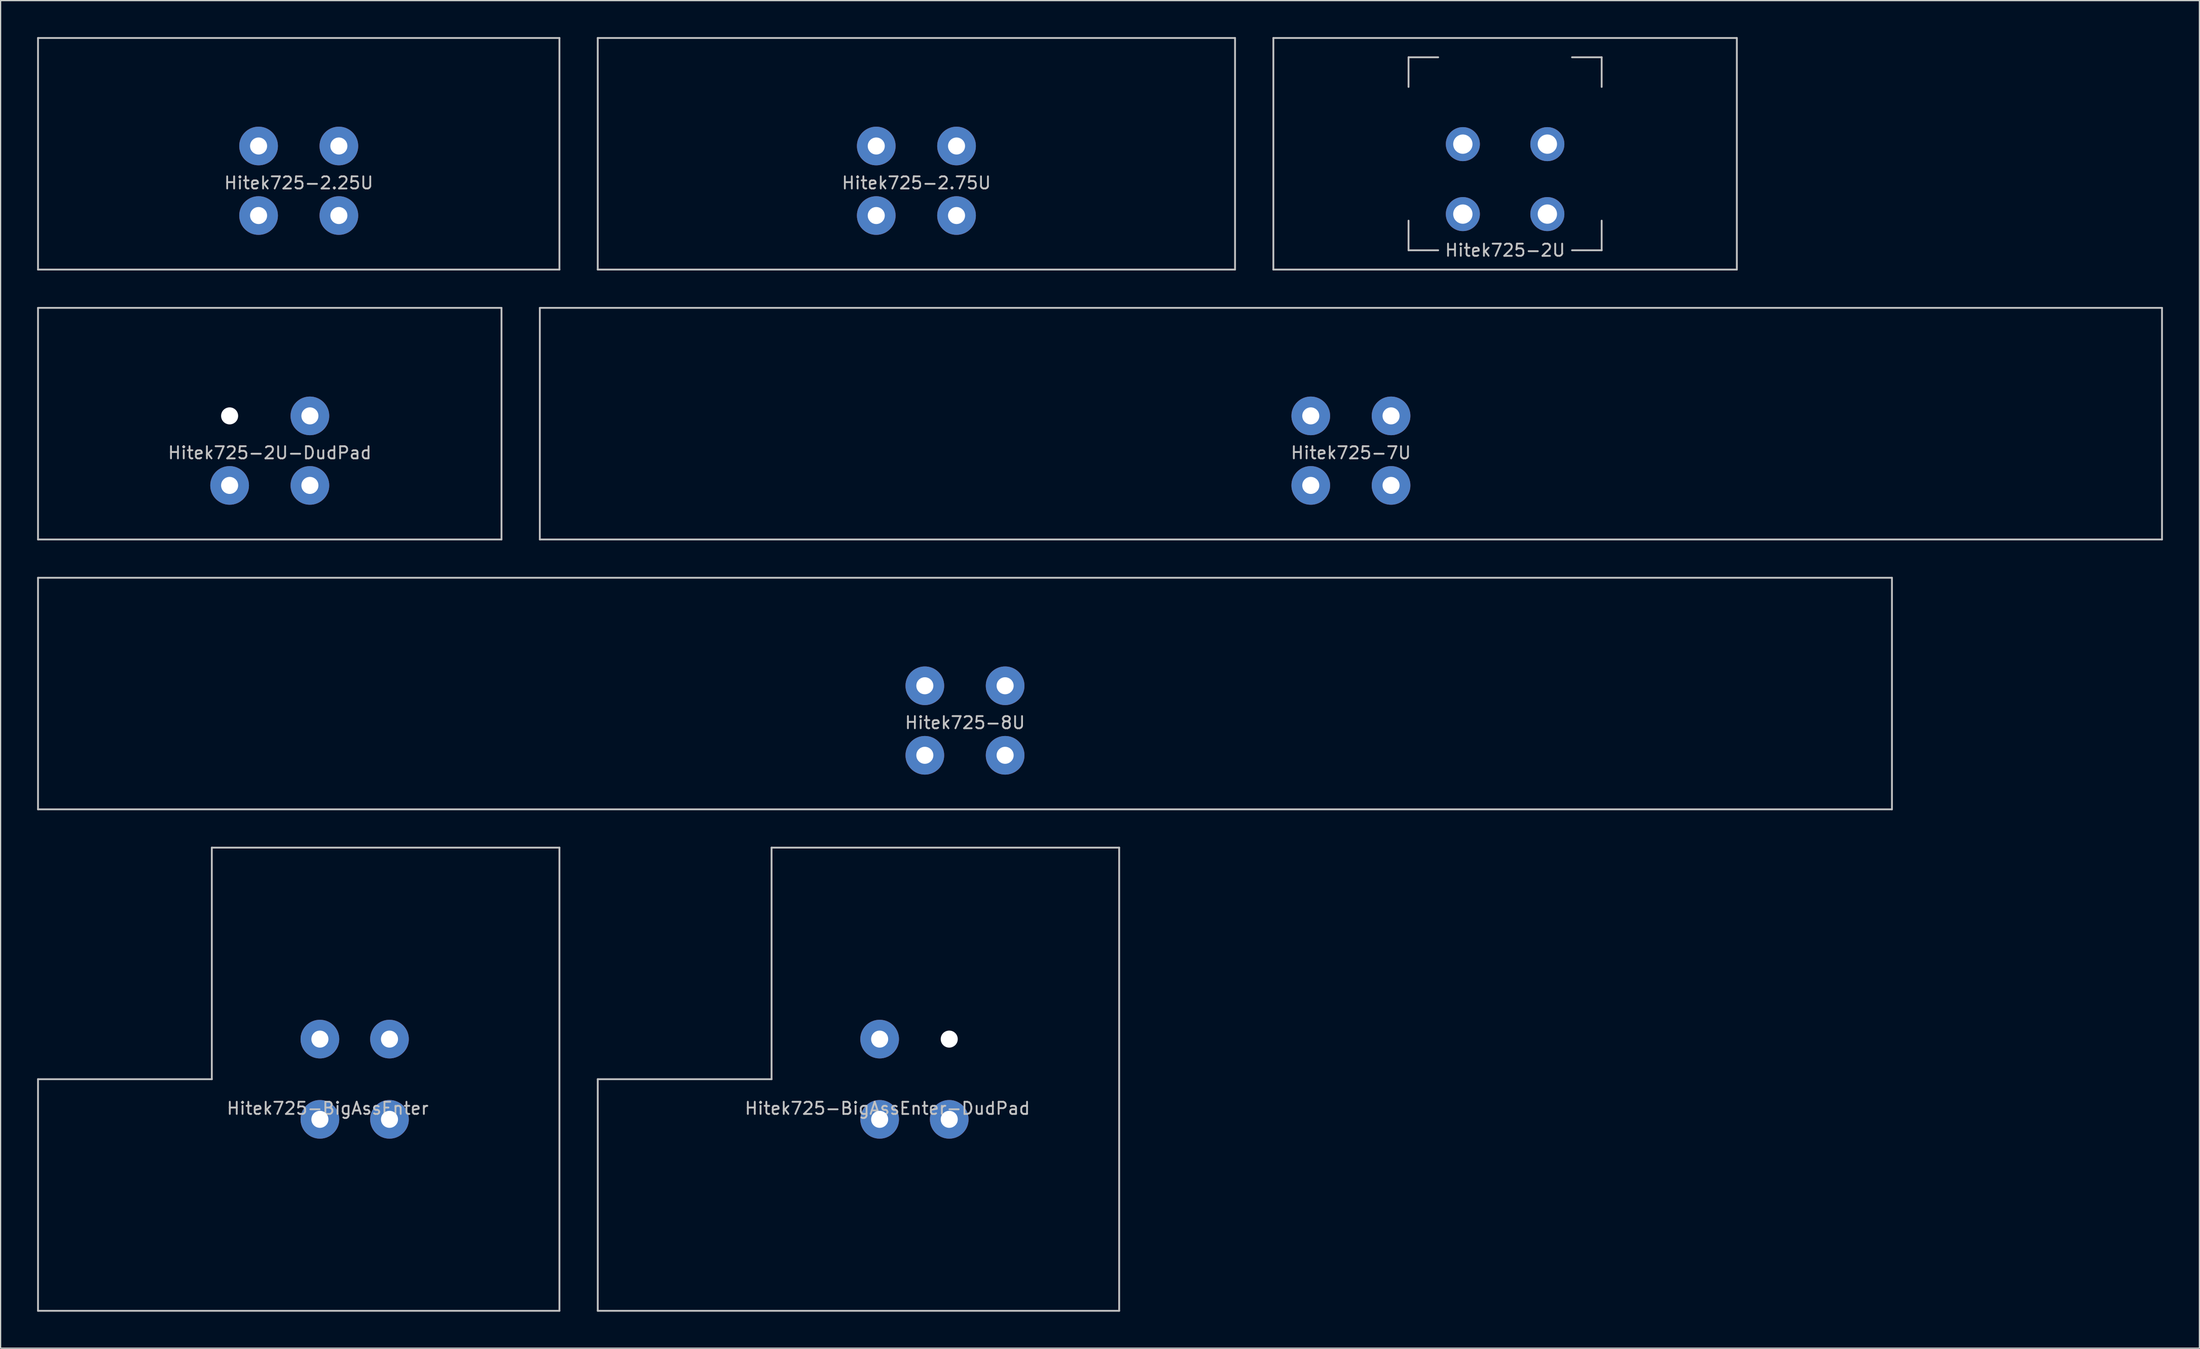
<source format=kicad_pcb>
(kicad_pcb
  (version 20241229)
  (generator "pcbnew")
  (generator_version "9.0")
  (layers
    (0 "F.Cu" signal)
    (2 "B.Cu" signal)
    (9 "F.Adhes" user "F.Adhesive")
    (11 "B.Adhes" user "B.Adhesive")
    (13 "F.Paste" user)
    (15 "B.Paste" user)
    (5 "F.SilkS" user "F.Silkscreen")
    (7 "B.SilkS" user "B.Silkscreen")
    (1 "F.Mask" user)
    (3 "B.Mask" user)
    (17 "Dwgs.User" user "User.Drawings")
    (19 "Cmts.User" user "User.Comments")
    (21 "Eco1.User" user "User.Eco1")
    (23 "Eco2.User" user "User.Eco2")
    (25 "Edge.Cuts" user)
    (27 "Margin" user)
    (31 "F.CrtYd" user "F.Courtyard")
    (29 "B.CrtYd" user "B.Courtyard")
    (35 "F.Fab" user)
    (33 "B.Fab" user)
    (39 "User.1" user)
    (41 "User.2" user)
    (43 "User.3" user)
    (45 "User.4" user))
  (footprint "Hitek725-2.25U"
    (layer "F.Cu")
    (at 21.506 9.6)
    (property "Reference" "Hitek725-2.25U" (at 0 2.4 0) (layer "Dwgs.User") (effects (font (size 1 1) (thickness 0.15))))
    (attr through_hole)
    (fp_line (start -21.431 -9.525) (end 21.431 -9.525) (stroke (width 0.15) (type solid)) (layer "Dwgs.User"))
    (fp_line (start -21.431 9.525) (end -21.431 -9.525) (stroke (width 0.15) (type solid)) (layer "Dwgs.User"))
    (fp_line (start 21.431 -9.525) (end 21.431 9.525) (stroke (width 0.15) (type solid)) (layer "Dwgs.User"))
    (fp_line (start 21.431 9.525) (end -21.431 9.525) (stroke (width 0.15) (type solid)) (layer "Dwgs.User"))
    (pad "1" thru_hole circle (at -3.3 -0.64) (size 3.18 3.18) (drill 1.4) (layers "*.Cu" "B.Mask"))
    (pad "1" thru_hole circle (at -3.3 5.08) (size 3.18 3.18) (drill 1.4) (layers "*.Cu" "B.Mask"))
    (pad "2" thru_hole circle (at 3.3 -0.64) (size 3.18 3.18) (drill 1.4) (layers "*.Cu" "B.Mask"))
    (pad "2" thru_hole circle (at 3.3 5.08) (size 3.18 3.18) (drill 1.4) (layers "*.Cu" "B.Mask")))
  (footprint "Hitek725-2U"
    (layer "F.Cu")
    (at 120.675 9.6)
    (property "Reference" "Hitek725-2U" (at 0 7.938 0) (layer "Dwgs.User") (effects (font (size 1 1) (thickness 0.15))))
    (attr through_hole)
    (fp_line (start -19.05 -9.525) (end 19.05 -9.525) (stroke (width 0.15) (type solid)) (layer "Dwgs.User"))
    (fp_line (start -19.05 9.525) (end -19.05 -9.525) (stroke (width 0.15) (type solid)) (layer "Dwgs.User"))
    (fp_line (start -7.938 -7.938) (end -5.5 -7.938) (stroke (width 0.15) (type solid)) (layer "Dwgs.User"))
    (fp_line (start -7.938 -5.5) (end -7.938 -7.938) (stroke (width 0.15) (type solid)) (layer "Dwgs.User"))
    (fp_line (start -7.938 5.5) (end -7.938 7.938) (stroke (width 0.15) (type solid)) (layer "Dwgs.User"))
    (fp_line (start -5.5 7.938) (end -7.938 7.938) (stroke (width 0.15) (type solid)) (layer "Dwgs.User"))
    (fp_line (start 7.938 -7.938) (end 5.5 -7.938) (stroke (width 0.15) (type solid)) (layer "Dwgs.User"))
    (fp_line (start 7.938 -7.938) (end 7.938 -5.5) (stroke (width 0.15) (type solid)) (layer "Dwgs.User"))
    (fp_line (start 7.938 7.938) (end 5.5 7.938) (stroke (width 0.15) (type solid)) (layer "Dwgs.User"))
    (fp_line (start 7.938 7.938) (end 7.938 5.5) (stroke (width 0.15) (type solid)) (layer "Dwgs.User"))
    (fp_line (start 19.05 -9.525) (end 19.05 9.525) (stroke (width 0.15) (type solid)) (layer "Dwgs.User"))
    (fp_line (start 19.05 9.525) (end -19.05 9.525) (stroke (width 0.15) (type solid)) (layer "Dwgs.User"))
    (pad "1" thru_hole circle (at -3.473 -0.794) (size 2.8 2.8) (drill 1.587) (layers "*.Cu" "B.Mask"))
    (pad "1" thru_hole circle (at -3.473 4.961) (size 2.8 2.8) (drill 1.587) (layers "*.Cu" "B.Mask"))
    (pad "2" thru_hole circle (at 3.473 -0.794) (size 2.8 2.8) (drill 1.587) (layers "*.Cu" "B.Mask"))
    (pad "2" thru_hole circle (at 3.473 4.961) (size 2.8 2.8) (drill 1.587) (layers "*.Cu" "B.Mask")))
  (footprint "Hitek725-2U-DudPad"
    (layer "F.Cu")
    (at 19.125 31.8)
    (property "Reference" "Hitek725-2U-DudPad" (at 0 2.4 0) (layer "Dwgs.User") (effects (font (size 1 1) (thickness 0.15))))
    (attr through_hole)
    (fp_line (start -19.05 -9.525) (end 19.05 -9.525) (stroke (width 0.15) (type solid)) (layer "Dwgs.User"))
    (fp_line (start -19.05 9.525) (end -19.05 -9.525) (stroke (width 0.15) (type solid)) (layer "Dwgs.User"))
    (fp_line (start 19.05 -9.525) (end 19.05 9.525) (stroke (width 0.15) (type solid)) (layer "Dwgs.User"))
    (fp_line (start 19.05 9.525) (end -19.05 9.525) (stroke (width 0.15) (type solid)) (layer "Dwgs.User"))
    (pad "" np_thru_hole circle (at -3.3 -0.64) (size 1.4 1.4) (drill 1.4) (layers "*.Cu" "*.Mask"))
    (pad "1" thru_hole circle (at -3.3 5.08) (size 3.18 3.18) (drill 1.4) (layers "*.Cu" "B.Mask"))
    (pad "2" thru_hole circle (at 3.3 -0.64) (size 3.18 3.18) (drill 1.4) (layers "*.Cu" "B.Mask"))
    (pad "2" thru_hole circle (at 3.3 5.08) (size 3.18 3.18) (drill 1.4) (layers "*.Cu" "B.Mask")))
  (footprint "Hitek725-7U"
    (layer "F.Cu")
    (at 108 31.8)
    (property "Reference" "Hitek725-7U" (at 0 2.4 0) (layer "Dwgs.User") (effects (font (size 1 1) (thickness 0.15))))
    (attr through_hole)
    (fp_line (start -66.675 -9.525) (end 66.675 -9.525) (stroke (width 0.15) (type solid)) (layer "Dwgs.User"))
    (fp_line (start -66.675 9.525) (end -66.675 -9.525) (stroke (width 0.15) (type solid)) (layer "Dwgs.User"))
    (fp_line (start 66.675 -9.525) (end 66.675 9.525) (stroke (width 0.15) (type solid)) (layer "Dwgs.User"))
    (fp_line (start 66.675 9.525) (end -66.675 9.525) (stroke (width 0.15) (type solid)) (layer "Dwgs.User"))
    (pad "1" thru_hole circle (at -3.3 -0.64) (size 3.18 3.18) (drill 1.4) (layers "*.Cu" "B.Mask"))
    (pad "1" thru_hole circle (at -3.3 5.08) (size 3.18 3.18) (drill 1.4) (layers "*.Cu" "B.Mask"))
    (pad "2" thru_hole circle (at 3.3 -0.64) (size 3.18 3.18) (drill 1.4) (layers "*.Cu" "B.Mask"))
    (pad "2" thru_hole circle (at 3.3 5.08) (size 3.18 3.18) (drill 1.4) (layers "*.Cu" "B.Mask")))
  (footprint "Hitek725-BigAssEnter"
    (layer "F.Cu")
    (at 23.887 85.725)
    (property "Reference" "Hitek725-BigAssEnter" (at 0 2.4 0) (layer "Dwgs.User") (effects (font (size 1 1) (thickness 0.15))))
    (attr through_hole)
    (fp_line (start -23.812 0) (end -23.812 19.05) (stroke (width 0.15) (type solid)) (layer "Dwgs.User"))
    (fp_line (start -9.525 -19.05) (end 19.05 -19.05) (stroke (width 0.15) (type solid)) (layer "Dwgs.User"))
    (fp_line (start -9.525 0) (end -23.812 0) (stroke (width 0.15) (type solid)) (layer "Dwgs.User"))
    (fp_line (start -9.525 0) (end -9.525 -19.05) (stroke (width 0.15) (type solid)) (layer "Dwgs.User"))
    (fp_line (start 19.05 -19.05) (end 19.05 19.05) (stroke (width 0.15) (type solid)) (layer "Dwgs.User"))
    (fp_line (start 19.05 19.05) (end -23.812 19.05) (stroke (width 0.15) (type solid)) (layer "Dwgs.User"))
    (pad "1" thru_hole circle (at -0.64 3.3) (size 3.18 3.18) (drill 1.4) (layers "*.Cu" "B.Mask"))
    (pad "1" thru_hole circle (at 5.08 3.3) (size 3.18 3.18) (drill 1.4) (layers "*.Cu" "B.Mask"))
    (pad "2" thru_hole circle (at -0.64 -3.3) (size 3.18 3.18) (drill 1.4) (layers "*.Cu" "B.Mask"))
    (pad "2" thru_hole circle (at 5.08 -3.3) (size 3.18 3.18) (drill 1.4) (layers "*.Cu" "B.Mask")))
  (footprint "Hitek725-BigAssEnter-DudPad"
    (layer "F.Cu")
    (at 69.9 85.725)
    (property "Reference" "Hitek725-BigAssEnter-DudPad" (at 0 2.4 0) (layer "Dwgs.User") (effects (font (size 1 1) (thickness 0.15))))
    (attr through_hole)
    (fp_line (start -23.812 0) (end -23.812 19.05) (stroke (width 0.15) (type solid)) (layer "Dwgs.User"))
    (fp_line (start -9.525 -19.05) (end 19.05 -19.05) (stroke (width 0.15) (type solid)) (layer "Dwgs.User"))
    (fp_line (start -9.525 0) (end -23.812 0) (stroke (width 0.15) (type solid)) (layer "Dwgs.User"))
    (fp_line (start -9.525 0) (end -9.525 -19.05) (stroke (width 0.15) (type solid)) (layer "Dwgs.User"))
    (fp_line (start 19.05 -19.05) (end 19.05 19.05) (stroke (width 0.15) (type solid)) (layer "Dwgs.User"))
    (fp_line (start 19.05 19.05) (end -23.812 19.05) (stroke (width 0.15) (type solid)) (layer "Dwgs.User"))
    (pad "" np_thru_hole circle (at 5.08 -3.3) (size 1.4 1.4) (drill 1.4) (layers "*.Cu" "*.Mask"))
    (pad "1" thru_hole circle (at -0.64 3.3) (size 3.18 3.18) (drill 1.4) (layers "*.Cu" "B.Mask"))
    (pad "1" thru_hole circle (at 5.08 3.3) (size 3.18 3.18) (drill 1.4) (layers "*.Cu" "B.Mask"))
    (pad "2" thru_hole circle (at -0.64 -3.3) (size 3.18 3.18) (drill 1.4) (layers "*.Cu" "B.Mask")))
  (footprint "Hitek725-2.75U"
    (layer "F.Cu")
    (at 72.281 9.6)
    (property "Reference" "Hitek725-2.75U" (at 0 2.4 0) (layer "Dwgs.User") (effects (font (size 1 1) (thickness 0.15))))
    (attr through_hole)
    (fp_line (start -26.194 -9.525) (end 26.194 -9.525) (stroke (width 0.15) (type solid)) (layer "Dwgs.User"))
    (fp_line (start -26.194 9.525) (end -26.194 -9.525) (stroke (width 0.15) (type solid)) (layer "Dwgs.User"))
    (fp_line (start 26.194 -9.525) (end 26.194 9.525) (stroke (width 0.15) (type solid)) (layer "Dwgs.User"))
    (fp_line (start 26.194 9.525) (end -26.194 9.525) (stroke (width 0.15) (type solid)) (layer "Dwgs.User"))
    (pad "1" thru_hole circle (at -3.3 -0.64) (size 3.18 3.18) (drill 1.4) (layers "*.Cu" "B.Mask"))
    (pad "1" thru_hole circle (at -3.3 5.08) (size 3.18 3.18) (drill 1.4) (layers "*.Cu" "B.Mask"))
    (pad "2" thru_hole circle (at 3.3 -0.64) (size 3.18 3.18) (drill 1.4) (layers "*.Cu" "B.Mask"))
    (pad "2" thru_hole circle (at 3.3 5.08) (size 3.18 3.18) (drill 1.4) (layers "*.Cu" "B.Mask")))
  (footprint "Hitek725-8U"
    (layer "F.Cu")
    (at 76.275 54)
    (property "Reference" "Hitek725-8U" (at 0 2.4 0) (layer "Dwgs.User") (effects (font (size 1 1) (thickness 0.15))))
    (attr through_hole)
    (fp_line (start -76.2 -9.525) (end 76.2 -9.525) (stroke (width 0.15) (type solid)) (layer "Dwgs.User"))
    (fp_line (start -76.2 9.525) (end -76.2 -9.525) (stroke (width 0.15) (type solid)) (layer "Dwgs.User"))
    (fp_line (start 76.2 -9.525) (end 76.2 9.525) (stroke (width 0.15) (type solid)) (layer "Dwgs.User"))
    (fp_line (start 76.2 9.525) (end -76.2 9.525) (stroke (width 0.15) (type solid)) (layer "Dwgs.User"))
    (pad "1" thru_hole circle (at -3.3 -0.64) (size 3.18 3.18) (drill 1.4) (layers "*.Cu" "B.Mask"))
    (pad "1" thru_hole circle (at -3.3 5.08) (size 3.18 3.18) (drill 1.4) (layers "*.Cu" "B.Mask"))
    (pad "2" thru_hole circle (at 3.3 -0.64) (size 3.18 3.18) (drill 1.4) (layers "*.Cu" "B.Mask"))
    (pad "2" thru_hole circle (at 3.3 5.08) (size 3.18 3.18) (drill 1.4) (layers "*.Cu" "B.Mask")))
  (gr_rect
    (start -3 -3)
    (end 177.75 107.85)
    (stroke (width 0.1) (type default))
    (fill no)
    (layer "Edge.Cuts")))
</source>
